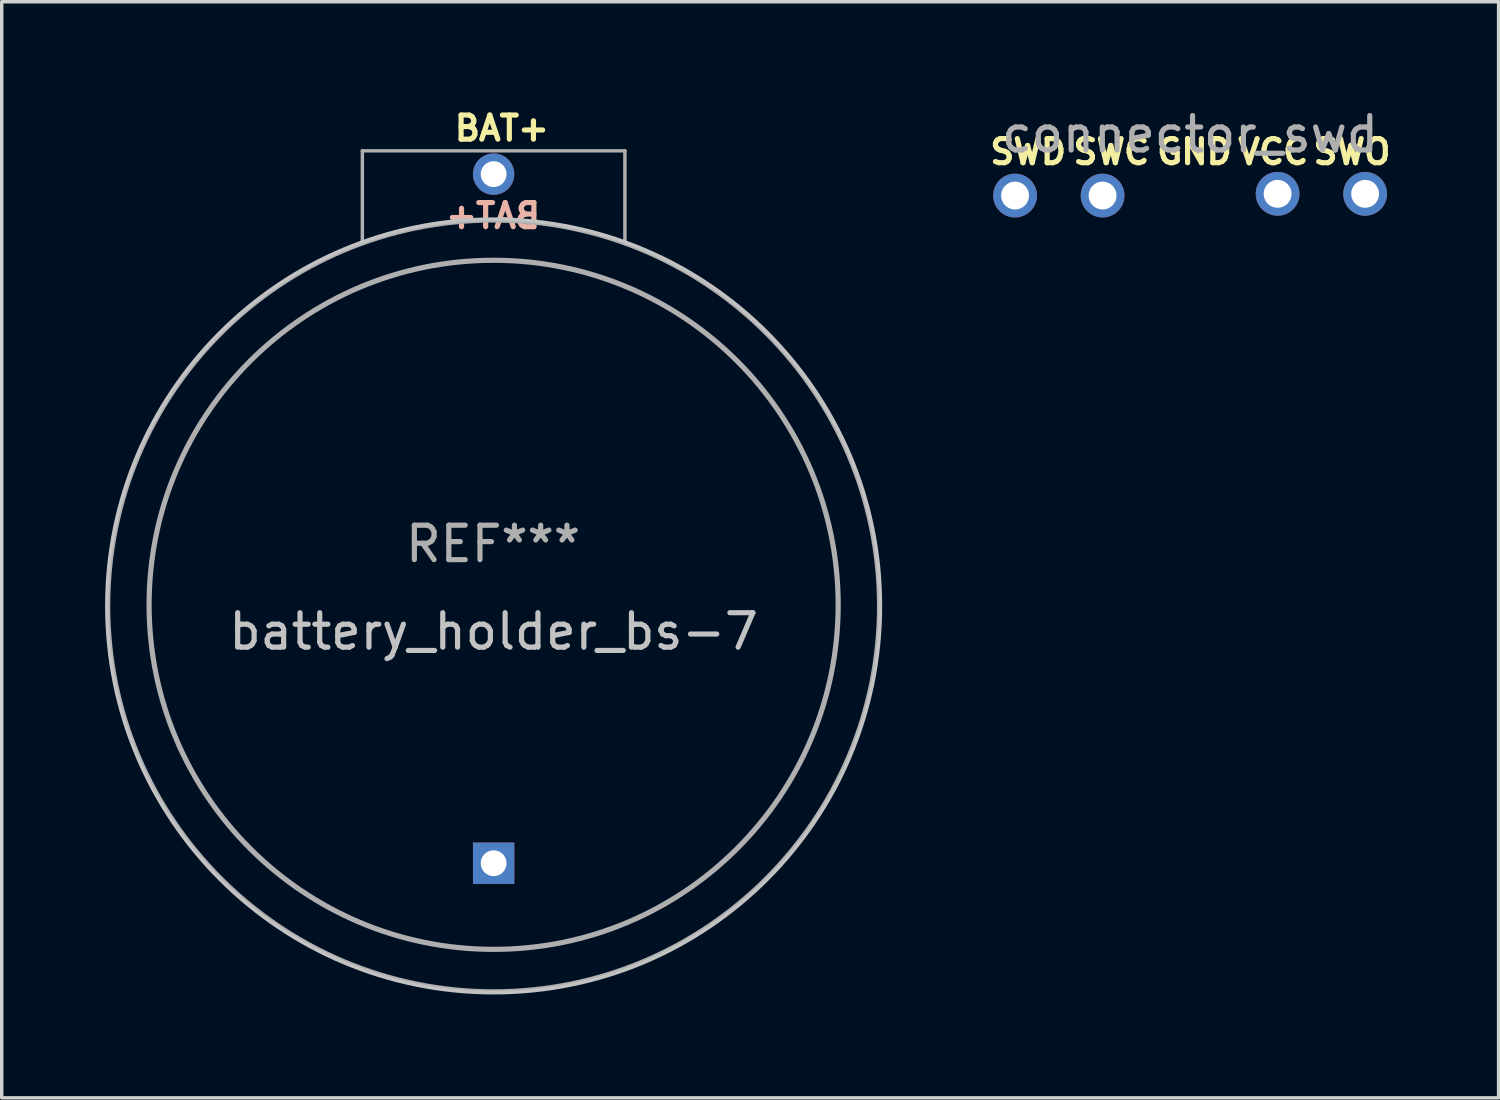
<source format=kicad_pcb>
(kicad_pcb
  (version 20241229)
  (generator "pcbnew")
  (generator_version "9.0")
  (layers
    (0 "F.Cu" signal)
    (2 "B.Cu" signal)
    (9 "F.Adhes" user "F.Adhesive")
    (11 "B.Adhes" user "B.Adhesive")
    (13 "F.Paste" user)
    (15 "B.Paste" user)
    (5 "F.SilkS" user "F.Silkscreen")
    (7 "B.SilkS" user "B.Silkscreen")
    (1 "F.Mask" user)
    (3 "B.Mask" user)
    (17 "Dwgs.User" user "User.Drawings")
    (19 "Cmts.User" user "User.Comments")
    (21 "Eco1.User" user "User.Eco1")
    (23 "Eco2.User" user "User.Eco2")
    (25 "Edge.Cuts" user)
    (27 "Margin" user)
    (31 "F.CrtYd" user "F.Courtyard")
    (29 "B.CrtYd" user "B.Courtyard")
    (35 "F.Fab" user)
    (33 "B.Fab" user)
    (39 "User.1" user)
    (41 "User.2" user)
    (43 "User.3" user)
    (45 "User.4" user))
  (footprint "connector_swd"
    (layer "F.Cu")
    (at 31.491 2.626)
    (property "Reference" "connector_swd" (at 0 -1.778 0) (layer "F.Fab") (effects (font (size 1 1) (thickness 0.15))))
    (attr through_hole)
    (fp_text user "SWC" (at -2.286 -1.27 180) (layer "F.SilkS") (effects (font (size 0.7 0.7) (thickness 0.15))))
    (fp_text user "GND" (at 0.127 -1.27 0) (layer "F.SilkS") (effects (font (size 0.7 0.7) (thickness 0.15))))
    (fp_text user "SWD" (at -4.699 -1.27 180) (layer "F.SilkS") (effects (font (size 0.7 0.7) (thickness 0.15))))
    (fp_text user "SWO" (at 4.699 -1.27 0) (layer "F.SilkS") (effects (font (size 0.7 0.7) (thickness 0.15))))
    (fp_text user "VCC" (at 2.413 -1.27 0) (layer "F.SilkS") (effects (font (size 0.7 0.7) (thickness 0.15))))
    (pad "1" thru_hole circle (at -5.08 0) (size 1.27 1.27) (drill 0.81) (layers "*.Cu" "*.Mask"))
    (pad "2" thru_hole circle (at -2.54 0) (size 1.27 1.27) (drill 0.81) (layers "*.Cu" "*.Mask"))
    (pad "3" thru_hole circle (at 2.54 -0.05) (size 1.27 1.27) (drill 0.81) (layers "*.Cu" "*.Mask"))
    (pad "4" thru_hole circle (at 5.08 -0.05) (size 1.27 1.27) (drill 0.81) (layers "*.Cu" "*.Mask")))
  (footprint "battery_holder_bs-7"
    (layer "F.Cu")
    (at 11.262 14.643)
    (property "Reference" "battery_holder_bs-7" (at 0.015 0.635 180) (layer "Dwgs.User") (effects (font (size 1 1) (thickness 0.15))))
    (attr through_hole)
    (fp_circle (center 0.015 -0.107) (end 0.015 -11.334) (stroke (width 0.1) (type solid)) (fill no) (layer "Dwgs.User"))
    (fp_line (start -3.795 -13.315) (end 3.825 -13.315) (stroke (width 0.1) (type solid)) (layer "F.Fab"))
    (fp_line (start -3.795 -10.622) (end -3.795 -13.315) (stroke (width 0.1) (type solid)) (layer "F.Fab"))
    (fp_line (start 3.825 -10.622) (end 3.825 -13.315) (stroke (width 0.1) (type solid)) (layer "F.Fab"))
    (fp_circle (center 0.015 -0.139) (end 0.015 -10.139) (stroke (width 0.15) (type solid)) (fill no) (layer "F.Fab"))
    (fp_circle (center 0.015 -0.107) (end 0.015 11.069) (stroke (width 0.1) (type solid)) (fill no) (layer "F.Fab"))
    (fp_text user "BAT+" (at 0.254 -13.97 0) (layer "F.SilkS") (effects (font (size 0.7 0.7) (thickness 0.15))))
    (fp_text user "BAT+" (at 0 -11.43 0) (layer "B.SilkS") (effects (font (size 0.7 0.7) (thickness 0.15)) (justify mirror)))
    (fp_text user "REF***" (at 0 -1.905 180) (layer "F.Fab") (effects (font (size 1 1) (thickness 0.15))))
    (pad "1" thru_hole circle (at 0.015 -12.639 90) (size 1.2 1.2) (drill 0.75) (layers "*.Cu" "*.Mask"))
    (pad "2" thru_hole rect (at 0.015 7.361 90) (size 1.2 1.2) (drill 0.75) (layers "*.Cu" "*.Mask")))
  (gr_rect
    (start -3 -3)
    (end 40.445 28.813)
    (stroke (width 0.1) (type default))
    (fill no)
    (layer "Edge.Cuts")))
</source>
